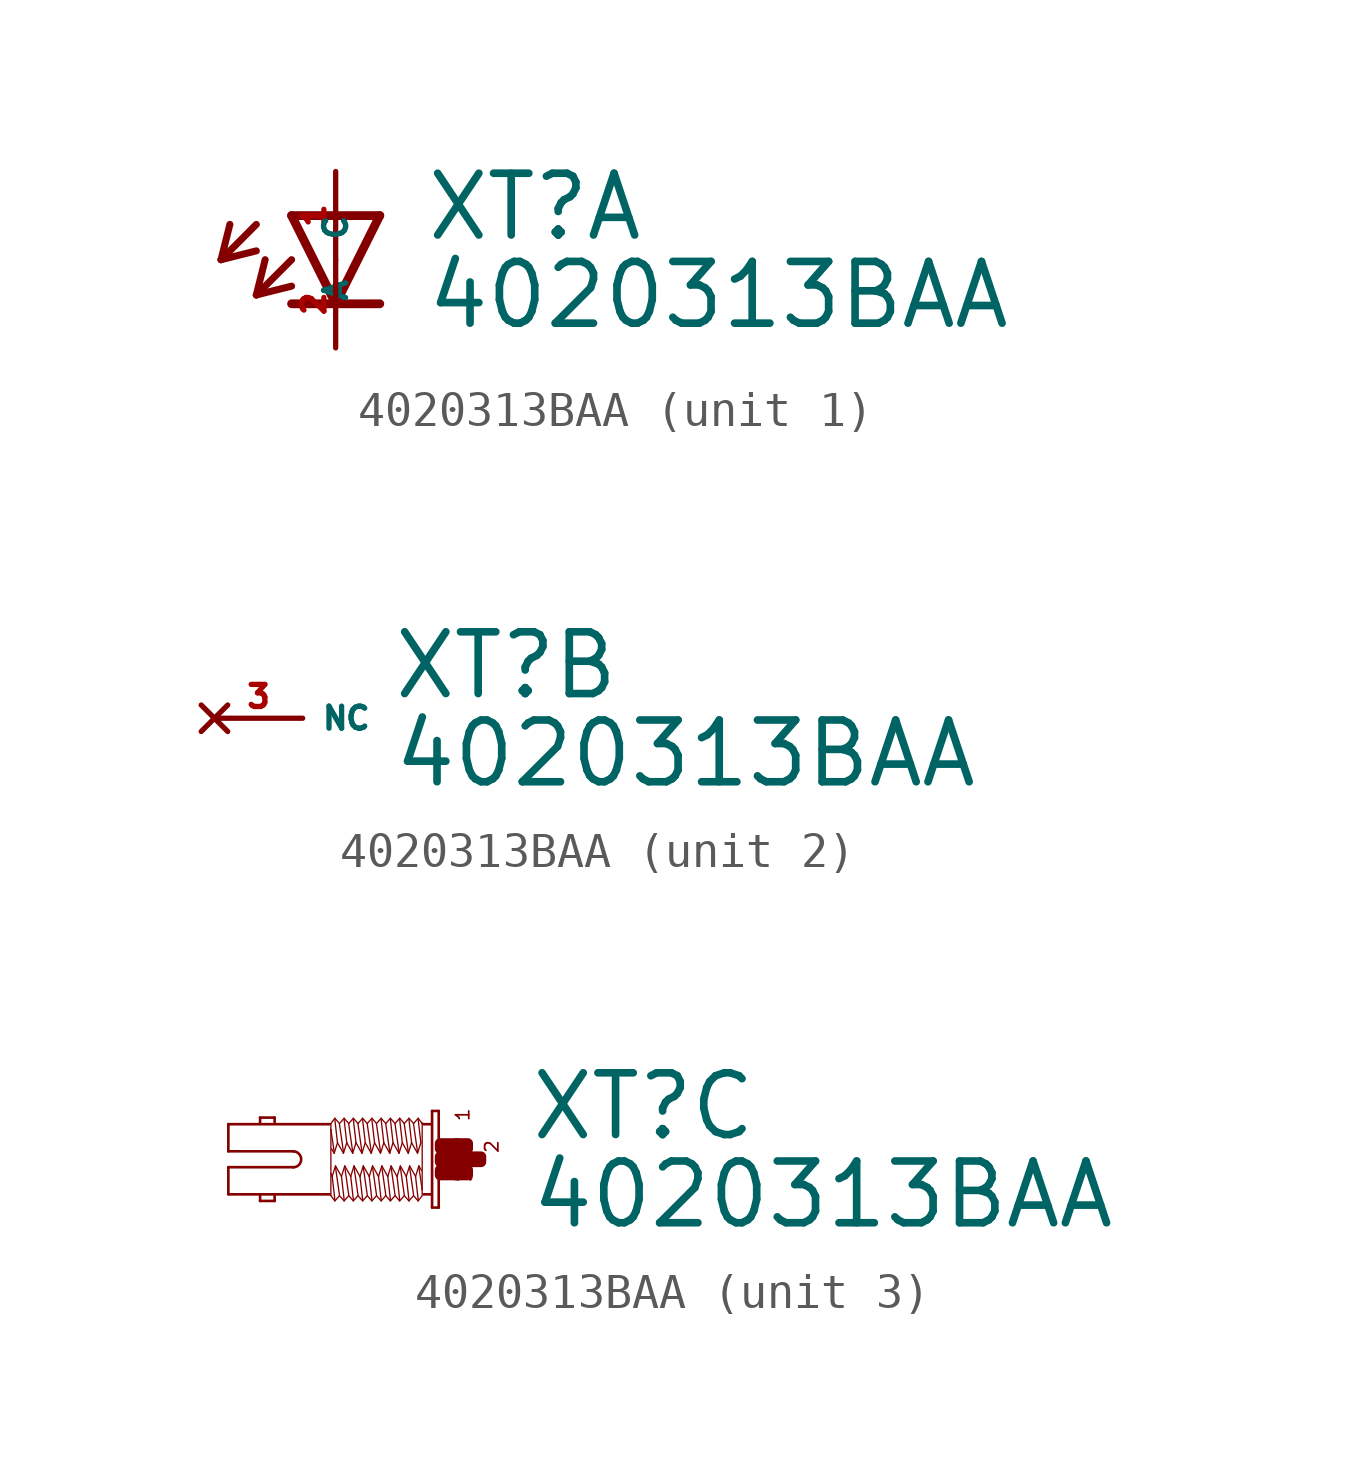
<source format=kicad_sym>
(kicad_symbol_lib
  (version 20220914)
  (generator Eagle2Kicad)
  (symbol "4020313BAA"
    (property "Reference" "XT"
      (at 2.54 0.483 0)
      (effects (font (size 1.778 1.778) (thickness 0.22)) (justify left bottom)))
    (property "Value" "4020313BAA"
      (at 2.54 -2.057 0)
      (effects (font (size 1.778 1.778) (thickness 0.22)) (justify left bottom)))
    (symbol "4020313BAA_1_0"
      (polyline (pts (xy -1.27 1.27) (xy 0 -1.27)) (stroke (width 0.254) (type default)) (fill (type none)))
      (polyline (pts (xy 0 -1.27) (xy 1.27 1.27)) (stroke (width 0.254) (type default)) (fill (type none)))
      (polyline (pts (xy 1.27 -1.27) (xy 0 -1.27)) (stroke (width 0.254) (type default)) (fill (type none)))
      (polyline (pts (xy 1.27 1.27) (xy -1.27 1.27)) (stroke (width 0.254) (type default)) (fill (type none)))
      (polyline (pts (xy 0 -1.27) (xy -1.27 -1.27)) (stroke (width 0.254) (type default)) (fill (type none)))
      (polyline (pts (xy -2.286 1.016) (xy -3.302 0)) (stroke (width 0.203) (type default)) (fill (type none)))
      (polyline (pts (xy -3.302 0) (xy -2.286 0.254)) (stroke (width 0.203) (type default)) (fill (type none)))
      (polyline (pts (xy -3.302 0) (xy -3.048 1.016)) (stroke (width 0.203) (type default)) (fill (type none)))
      (polyline (pts (xy -1.27 0) (xy -2.286 -1.016)) (stroke (width 0.203) (type default)) (fill (type none)))
      (polyline (pts (xy -2.286 -1.016) (xy -1.27 -0.762)) (stroke (width 0.203) (type default)) (fill (type none)))
      (polyline (pts (xy -2.286 -1.016) (xy -2.032 0)) (stroke (width 0.203) (type default)) (fill (type none)))
      (pin passive line (at 0 2.54 270) (length 2.54) (name "A" (effects (font (size 0.635 0.635) (thickness 0.08)) (justify left bottom))) (number "1" (effects (font (size 0.635 0.635) (thickness 0.08)) (justify left bottom))))
      (pin passive line (at 0 -2.54 90) (length 2.54) (name "C" (effects (font (size 0.635 0.635) (thickness 0.08)) (justify left bottom))) (number "2" (effects (font (size 0.635 0.635) (thickness 0.08)) (justify left bottom)))))
    (symbol "4020313BAA_2_0"
      (pin no_connect line (at -2.54 0 0) (length 2.54) (name "NC" (effects (font (size 0.635 0.635) (thickness 0.08)) (justify left bottom) hide)) (number "3" (effects (font (size 0.635 0.635) (thickness 0.08)) (justify left bottom) hide))))
    (symbol "4020313BAA_3_0"
      (polyline (pts (xy -0.038 1.391) (xy -0.038 -1.391)) (stroke (width 0.076) (type default)) (fill (type none)))
      (polyline (pts (xy -0.038 -1.391) (xy -0.229 -1.391)) (stroke (width 0.076) (type default)) (fill (type none)))
      (polyline (pts (xy -0.229 -1.391) (xy -0.229 1.391)) (stroke (width 0.076) (type default)) (fill (type none)))
      (polyline (pts (xy -0.229 1.391) (xy -0.038 1.391)) (stroke (width 0.076) (type default)) (fill (type none)))
      (polyline (pts (xy -0.267 1.01) (xy -0.476 1.01)) (stroke (width 0.076) (type default)) (fill (type none)))
      (polyline (pts (xy -0.267 -1.01) (xy -0.476 -1.01)) (stroke (width 0.076) (type default)) (fill (type none)))
      (polyline (pts (xy -3.181 -1.01) (xy -6.096 -1.01)) (stroke (width 0.076) (type default)) (fill (type none)))
      (polyline (pts (xy -6.096 -1.01) (xy -6.096 -0.229)) (stroke (width 0.076) (type default)) (fill (type none)))
      (polyline (pts (xy -6.096 -0.229) (xy -4.229 -0.229)) (stroke (width 0.076) (type default)) (fill (type none)))
      (polyline (pts (xy -4.229 0.229) (xy -6.096 0.229)) (stroke (width 0.076) (type default)) (fill (type none)))
      (polyline (pts (xy -6.096 0.229) (xy -6.096 1.01)) (stroke (width 0.076) (type default)) (fill (type none)))
      (polyline (pts (xy -6.096 1.01) (xy -3.181 1.01)) (stroke (width 0.076) (type default)) (fill (type none)))
      (polyline (pts (xy -4.763 -1.029) (xy -4.763 -1.2)) (stroke (width 0.076) (type default)) (fill (type none)))
      (polyline (pts (xy -4.763 -1.2) (xy -5.182 -1.2)) (stroke (width 0.076) (type default)) (fill (type none)))
      (polyline (pts (xy -5.182 -1.2) (xy -5.182 -1.048)) (stroke (width 0.076) (type default)) (fill (type none)))
      (polyline (pts (xy -4.763 1.067) (xy -4.763 1.2)) (stroke (width 0.076) (type default)) (fill (type none)))
      (polyline (pts (xy -4.763 1.2) (xy -5.182 1.2)) (stroke (width 0.076) (type default)) (fill (type none)))
      (polyline (pts (xy -5.182 1.2) (xy -5.182 1.048)) (stroke (width 0.076) (type default)) (fill (type none)))
      (polyline (pts (xy -0.514 -1.048) (xy -0.629 -1.2)) (stroke (width 0.038) (type default)) (fill (type none)))
      (polyline (pts (xy -0.629 -1.2) (xy -0.762 -1.048)) (stroke (width 0.038) (type default)) (fill (type none)))
      (polyline (pts (xy -0.762 -1.048) (xy -0.895 -1.2)) (stroke (width 0.038) (type default)) (fill (type none)))
      (polyline (pts (xy -0.895 -1.2) (xy -1.029 -1.048)) (stroke (width 0.038) (type default)) (fill (type none)))
      (polyline (pts (xy -1.029 -1.048) (xy -1.162 -1.2)) (stroke (width 0.038) (type default)) (fill (type none)))
      (polyline (pts (xy -1.162 -1.2) (xy -1.295 -1.048)) (stroke (width 0.038) (type default)) (fill (type none)))
      (polyline (pts (xy -1.295 -1.048) (xy -1.429 -1.2)) (stroke (width 0.038) (type default)) (fill (type none)))
      (polyline (pts (xy -1.429 -1.2) (xy -1.562 -1.048)) (stroke (width 0.038) (type default)) (fill (type none)))
      (polyline (pts (xy -1.562 -1.048) (xy -1.696 -1.2)) (stroke (width 0.038) (type default)) (fill (type none)))
      (polyline (pts (xy -1.696 -1.2) (xy -1.829 -1.048)) (stroke (width 0.038) (type default)) (fill (type none)))
      (polyline (pts (xy -1.829 -1.048) (xy -1.962 -1.2)) (stroke (width 0.038) (type default)) (fill (type none)))
      (polyline (pts (xy -1.962 -1.2) (xy -2.095 -1.048)) (stroke (width 0.038) (type default)) (fill (type none)))
      (polyline (pts (xy -2.095 -1.048) (xy -2.229 -1.2)) (stroke (width 0.038) (type default)) (fill (type none)))
      (polyline (pts (xy -2.229 -1.2) (xy -2.362 -1.048)) (stroke (width 0.038) (type default)) (fill (type none)))
      (polyline (pts (xy -2.362 -1.048) (xy -2.496 -1.2)) (stroke (width 0.038) (type default)) (fill (type none)))
      (polyline (pts (xy -2.496 -1.2) (xy -2.629 -1.048)) (stroke (width 0.038) (type default)) (fill (type none)))
      (polyline (pts (xy -2.629 -1.048) (xy -2.762 -1.2)) (stroke (width 0.038) (type default)) (fill (type none)))
      (polyline (pts (xy -2.762 -1.2) (xy -2.896 -1.048)) (stroke (width 0.038) (type default)) (fill (type none)))
      (polyline (pts (xy -2.896 -1.048) (xy -3.029 -1.2)) (stroke (width 0.038) (type default)) (fill (type none)))
      (polyline (pts (xy -3.029 -1.2) (xy -3.143 -1.048)) (stroke (width 0.038) (type default)) (fill (type none)))
      (polyline (pts (xy -3.143 -1.048) (xy -3.143 -0.419)) (stroke (width 0.038) (type default)) (fill (type none)))
      (polyline (pts (xy -3.143 -0.419) (xy -3.143 0.857)) (stroke (width 0.038) (type default)) (fill (type none)))
      (polyline (pts (xy -3.143 0.857) (xy -3.143 1.029)) (stroke (width 0.038) (type default)) (fill (type none)))
      (polyline (pts (xy -0.514 1.048) (xy -0.514 1.029)) (stroke (width 0.038) (type default)) (fill (type none)))
      (polyline (pts (xy -0.514 1.029) (xy -0.514 -0.876)) (stroke (width 0.038) (type default)) (fill (type none)))
      (polyline (pts (xy -0.514 -0.876) (xy -0.514 -1.029)) (stroke (width 0.038) (type default)) (fill (type none)))
      (polyline (pts (xy -0.533 -0.324) (xy -0.61 -0.191)) (stroke (width 0.038) (type default)) (fill (type none)))
      (polyline (pts (xy -0.61 -0.191) (xy -0.705 -0.495)) (stroke (width 0.038) (type default)) (fill (type none)))
      (polyline (pts (xy -0.705 -0.495) (xy -0.876 -0.191)) (stroke (width 0.038) (type default)) (fill (type none)))
      (polyline (pts (xy -0.876 -0.191) (xy -0.972 -0.495)) (stroke (width 0.038) (type default)) (fill (type none)))
      (polyline (pts (xy -0.972 -0.495) (xy -1.143 -0.191)) (stroke (width 0.038) (type default)) (fill (type none)))
      (polyline (pts (xy -1.143 -0.191) (xy -1.238 -0.495)) (stroke (width 0.038) (type default)) (fill (type none)))
      (polyline (pts (xy -1.238 -0.495) (xy -1.41 -0.191)) (stroke (width 0.038) (type default)) (fill (type none)))
      (polyline (pts (xy -1.41 -0.191) (xy -1.505 -0.495)) (stroke (width 0.038) (type default)) (fill (type none)))
      (polyline (pts (xy -1.505 -0.495) (xy -1.676 -0.191)) (stroke (width 0.038) (type default)) (fill (type none)))
      (polyline (pts (xy -1.676 -0.191) (xy -1.772 -0.495)) (stroke (width 0.038) (type default)) (fill (type none)))
      (polyline (pts (xy -1.772 -0.495) (xy -1.943 -0.191)) (stroke (width 0.038) (type default)) (fill (type none)))
      (polyline (pts (xy -1.943 -0.191) (xy -2.038 -0.495)) (stroke (width 0.038) (type default)) (fill (type none)))
      (polyline (pts (xy -2.038 -0.495) (xy -2.21 -0.191)) (stroke (width 0.038) (type default)) (fill (type none)))
      (polyline (pts (xy -2.21 -0.191) (xy -2.305 -0.495)) (stroke (width 0.038) (type default)) (fill (type none)))
      (polyline (pts (xy -2.305 -0.495) (xy -2.477 -0.191)) (stroke (width 0.038) (type default)) (fill (type none)))
      (polyline (pts (xy -2.477 -0.191) (xy -2.572 -0.495)) (stroke (width 0.038) (type default)) (fill (type none)))
      (polyline (pts (xy -2.572 -0.495) (xy -2.743 -0.191)) (stroke (width 0.038) (type default)) (fill (type none)))
      (polyline (pts (xy -2.743 -0.191) (xy -2.838 -0.495)) (stroke (width 0.038) (type default)) (fill (type none)))
      (polyline (pts (xy -2.838 -0.495) (xy -3.01 -0.191)) (stroke (width 0.038) (type default)) (fill (type none)))
      (polyline (pts (xy -3.01 -0.191) (xy -3.105 -0.495)) (stroke (width 0.038) (type default)) (fill (type none)))
      (polyline (pts (xy -3.105 -0.495) (xy -3.143 -0.419)) (stroke (width 0.038) (type default)) (fill (type none)))
      (polyline (pts (xy -3.029 -1.162) (xy -3.105 -0.495)) (stroke (width 0.038) (type default)) (fill (type none)))
      (polyline (pts (xy -2.896 -1.029) (xy -3.01 -0.229)) (stroke (width 0.038) (type default)) (fill (type none)))
      (polyline (pts (xy -2.762 -1.162) (xy -2.838 -0.495)) (stroke (width 0.038) (type default)) (fill (type none)))
      (polyline (pts (xy -2.629 -1.029) (xy -2.743 -0.229)) (stroke (width 0.038) (type default)) (fill (type none)))
      (polyline (pts (xy -2.496 -1.162) (xy -2.572 -0.495)) (stroke (width 0.038) (type default)) (fill (type none)))
      (polyline (pts (xy -2.362 -1.029) (xy -2.477 -0.229)) (stroke (width 0.038) (type default)) (fill (type none)))
      (polyline (pts (xy -2.229 -1.162) (xy -2.305 -0.495)) (stroke (width 0.038) (type default)) (fill (type none)))
      (polyline (pts (xy -2.095 -1.029) (xy -2.21 -0.229)) (stroke (width 0.038) (type default)) (fill (type none)))
      (polyline (pts (xy -1.962 -1.162) (xy -2.038 -0.495)) (stroke (width 0.038) (type default)) (fill (type none)))
      (polyline (pts (xy -1.829 -1.029) (xy -1.943 -0.229)) (stroke (width 0.038) (type default)) (fill (type none)))
      (polyline (pts (xy -1.696 -1.162) (xy -1.772 -0.495)) (stroke (width 0.038) (type default)) (fill (type none)))
      (polyline (pts (xy -1.562 -1.029) (xy -1.676 -0.229)) (stroke (width 0.038) (type default)) (fill (type none)))
      (polyline (pts (xy -1.429 -1.162) (xy -1.505 -0.495)) (stroke (width 0.038) (type default)) (fill (type none)))
      (polyline (pts (xy -1.295 -1.029) (xy -1.41 -0.229)) (stroke (width 0.038) (type default)) (fill (type none)))
      (polyline (pts (xy -1.162 -1.162) (xy -1.238 -0.495)) (stroke (width 0.038) (type default)) (fill (type none)))
      (polyline (pts (xy -1.029 -1.029) (xy -1.143 -0.229)) (stroke (width 0.038) (type default)) (fill (type none)))
      (polyline (pts (xy -0.895 -1.162) (xy -0.972 -0.495)) (stroke (width 0.038) (type default)) (fill (type none)))
      (polyline (pts (xy -0.762 -1.029) (xy -0.876 -0.229)) (stroke (width 0.038) (type default)) (fill (type none)))
      (polyline (pts (xy -0.629 -1.162) (xy -0.705 -0.495)) (stroke (width 0.038) (type default)) (fill (type none)))
      (polyline (pts (xy -0.514 -0.876) (xy -0.61 -0.229)) (stroke (width 0.038) (type default)) (fill (type none)))
      (polyline (pts (xy -3.143 1.029) (xy -3.029 1.181)) (stroke (width 0.038) (type default)) (fill (type none)))
      (polyline (pts (xy -3.029 1.181) (xy -2.896 1.029)) (stroke (width 0.038) (type default)) (fill (type none)))
      (polyline (pts (xy -2.896 1.029) (xy -2.762 1.181)) (stroke (width 0.038) (type default)) (fill (type none)))
      (polyline (pts (xy -2.762 1.181) (xy -2.629 1.029)) (stroke (width 0.038) (type default)) (fill (type none)))
      (polyline (pts (xy -2.629 1.029) (xy -2.496 1.181)) (stroke (width 0.038) (type default)) (fill (type none)))
      (polyline (pts (xy -2.496 1.181) (xy -2.362 1.029)) (stroke (width 0.038) (type default)) (fill (type none)))
      (polyline (pts (xy -2.362 1.029) (xy -2.229 1.181)) (stroke (width 0.038) (type default)) (fill (type none)))
      (polyline (pts (xy -2.229 1.181) (xy -2.095 1.029)) (stroke (width 0.038) (type default)) (fill (type none)))
      (polyline (pts (xy -2.095 1.029) (xy -1.962 1.181)) (stroke (width 0.038) (type default)) (fill (type none)))
      (polyline (pts (xy -1.962 1.181) (xy -1.829 1.029)) (stroke (width 0.038) (type default)) (fill (type none)))
      (polyline (pts (xy -1.829 1.029) (xy -1.696 1.181)) (stroke (width 0.038) (type default)) (fill (type none)))
      (polyline (pts (xy -1.696 1.181) (xy -1.562 1.029)) (stroke (width 0.038) (type default)) (fill (type none)))
      (polyline (pts (xy -1.562 1.029) (xy -1.429 1.181)) (stroke (width 0.038) (type default)) (fill (type none)))
      (polyline (pts (xy -1.429 1.181) (xy -1.295 1.029)) (stroke (width 0.038) (type default)) (fill (type none)))
      (polyline (pts (xy -1.295 1.029) (xy -1.162 1.181)) (stroke (width 0.038) (type default)) (fill (type none)))
      (polyline (pts (xy -1.162 1.181) (xy -1.029 1.029)) (stroke (width 0.038) (type default)) (fill (type none)))
      (polyline (pts (xy -1.029 1.029) (xy -0.895 1.181)) (stroke (width 0.038) (type default)) (fill (type none)))
      (polyline (pts (xy -0.895 1.181) (xy -0.762 1.029)) (stroke (width 0.038) (type default)) (fill (type none)))
      (polyline (pts (xy -0.762 1.029) (xy -0.629 1.181)) (stroke (width 0.038) (type default)) (fill (type none)))
      (polyline (pts (xy -0.629 1.181) (xy -0.514 1.029)) (stroke (width 0.038) (type default)) (fill (type none)))
      (polyline (pts (xy -3.124 0.305) (xy -3.048 0.172)) (stroke (width 0.038) (type default)) (fill (type none)))
      (polyline (pts (xy -3.048 0.172) (xy -2.953 0.476)) (stroke (width 0.038) (type default)) (fill (type none)))
      (polyline (pts (xy -2.953 0.476) (xy -2.781 0.172)) (stroke (width 0.038) (type default)) (fill (type none)))
      (polyline (pts (xy -2.781 0.172) (xy -2.686 0.476)) (stroke (width 0.038) (type default)) (fill (type none)))
      (polyline (pts (xy -2.686 0.476) (xy -2.515 0.172)) (stroke (width 0.038) (type default)) (fill (type none)))
      (polyline (pts (xy -2.515 0.172) (xy -2.419 0.476)) (stroke (width 0.038) (type default)) (fill (type none)))
      (polyline (pts (xy -2.419 0.476) (xy -2.248 0.172)) (stroke (width 0.038) (type default)) (fill (type none)))
      (polyline (pts (xy -2.248 0.172) (xy -2.153 0.476)) (stroke (width 0.038) (type default)) (fill (type none)))
      (polyline (pts (xy -2.153 0.476) (xy -1.981 0.172)) (stroke (width 0.038) (type default)) (fill (type none)))
      (polyline (pts (xy -1.981 0.172) (xy -1.886 0.476)) (stroke (width 0.038) (type default)) (fill (type none)))
      (polyline (pts (xy -1.886 0.476) (xy -1.714 0.172)) (stroke (width 0.038) (type default)) (fill (type none)))
      (polyline (pts (xy -1.714 0.172) (xy -1.619 0.476)) (stroke (width 0.038) (type default)) (fill (type none)))
      (polyline (pts (xy -1.619 0.476) (xy -1.448 0.172)) (stroke (width 0.038) (type default)) (fill (type none)))
      (polyline (pts (xy -1.448 0.172) (xy -1.353 0.476)) (stroke (width 0.038) (type default)) (fill (type none)))
      (polyline (pts (xy -1.353 0.476) (xy -1.181 0.172)) (stroke (width 0.038) (type default)) (fill (type none)))
      (polyline (pts (xy -1.181 0.172) (xy -1.086 0.476)) (stroke (width 0.038) (type default)) (fill (type none)))
      (polyline (pts (xy -1.086 0.476) (xy -0.914 0.172)) (stroke (width 0.038) (type default)) (fill (type none)))
      (polyline (pts (xy -0.914 0.172) (xy -0.819 0.476)) (stroke (width 0.038) (type default)) (fill (type none)))
      (polyline (pts (xy -0.819 0.476) (xy -0.648 0.172)) (stroke (width 0.038) (type default)) (fill (type none)))
      (polyline (pts (xy -0.648 0.172) (xy -0.552 0.476)) (stroke (width 0.038) (type default)) (fill (type none)))
      (polyline (pts (xy -0.629 1.143) (xy -0.552 0.476)) (stroke (width 0.038) (type default)) (fill (type none)))
      (polyline (pts (xy -0.762 1.01) (xy -0.648 0.21)) (stroke (width 0.038) (type default)) (fill (type none)))
      (polyline (pts (xy -0.895 1.143) (xy -0.819 0.476)) (stroke (width 0.038) (type default)) (fill (type none)))
      (polyline (pts (xy -1.029 1.01) (xy -0.914 0.21)) (stroke (width 0.038) (type default)) (fill (type none)))
      (polyline (pts (xy -1.162 1.143) (xy -1.086 0.476)) (stroke (width 0.038) (type default)) (fill (type none)))
      (polyline (pts (xy -1.295 1.01) (xy -1.181 0.21)) (stroke (width 0.038) (type default)) (fill (type none)))
      (polyline (pts (xy -1.429 1.143) (xy -1.353 0.476)) (stroke (width 0.038) (type default)) (fill (type none)))
      (polyline (pts (xy -1.562 1.01) (xy -1.448 0.21)) (stroke (width 0.038) (type default)) (fill (type none)))
      (polyline (pts (xy -1.696 1.143) (xy -1.619 0.476)) (stroke (width 0.038) (type default)) (fill (type none)))
      (polyline (pts (xy -1.829 1.01) (xy -1.714 0.21)) (stroke (width 0.038) (type default)) (fill (type none)))
      (polyline (pts (xy -1.962 1.143) (xy -1.886 0.476)) (stroke (width 0.038) (type default)) (fill (type none)))
      (polyline (pts (xy -2.095 1.01) (xy -1.981 0.21)) (stroke (width 0.038) (type default)) (fill (type none)))
      (polyline (pts (xy -2.229 1.143) (xy -2.153 0.476)) (stroke (width 0.038) (type default)) (fill (type none)))
      (polyline (pts (xy -2.362 1.01) (xy -2.248 0.21)) (stroke (width 0.038) (type default)) (fill (type none)))
      (polyline (pts (xy -2.496 1.143) (xy -2.419 0.476)) (stroke (width 0.038) (type default)) (fill (type none)))
      (polyline (pts (xy -2.629 1.01) (xy -2.515 0.21)) (stroke (width 0.038) (type default)) (fill (type none)))
      (polyline (pts (xy -2.762 1.143) (xy -2.686 0.476)) (stroke (width 0.038) (type default)) (fill (type none)))
      (polyline (pts (xy -2.896 1.01) (xy -2.781 0.21)) (stroke (width 0.038) (type default)) (fill (type none)))
      (polyline (pts (xy -3.029 1.143) (xy -2.953 0.476)) (stroke (width 0.038) (type default)) (fill (type none)))
      (polyline (pts (xy -3.143 0.857) (xy -3.048 0.21)) (stroke (width 0.038) (type default)) (fill (type none)))
      (arc (start -4.2291 -0.2286) (mid -4.001 0.000) (end -4.2291 0.2286) (stroke (width 0.0762) (type default)) (fill (type none)))
      (text "1" (at 0.876 1.067 1800) (effects (font (size 0.381 0.381) (thickness 0.05)) (justify left bottom)))
      (text "3" (at 0.953 -0.686 1800) (effects (font (size 0.381 0.381) (thickness 0.05)) (justify left bottom)))
      (text "2" (at 1.714 0.152 1800) (effects (font (size 0.381 0.381) (thickness 0.05)) (justify left bottom)))
      (rectangle (start 0 -0.457) (end 0.495 -0.305) (stroke (width 0.3) (type default)) (fill (type outline)))
      (rectangle (start 0 -0.076) (end 0.876 0.076) (stroke (width 0.3) (type default)) (fill (type outline)))
      (rectangle (start 0.457 -0.457) (end 0.8 -0.305) (stroke (width 0.3) (type default)) (fill (type outline)))
      (rectangle (start 0.838 -0.076) (end 1.181 0.076) (stroke (width 0.3) (type default)) (fill (type outline)))
      (rectangle (start 0.457 0.305) (end 0.8 0.457) (stroke (width 0.3) (type default)) (fill (type outline)))
      (rectangle (start 0 0.305) (end 0.495 0.457) (stroke (width 0.3) (type default)) (fill (type outline))))))
</source>
